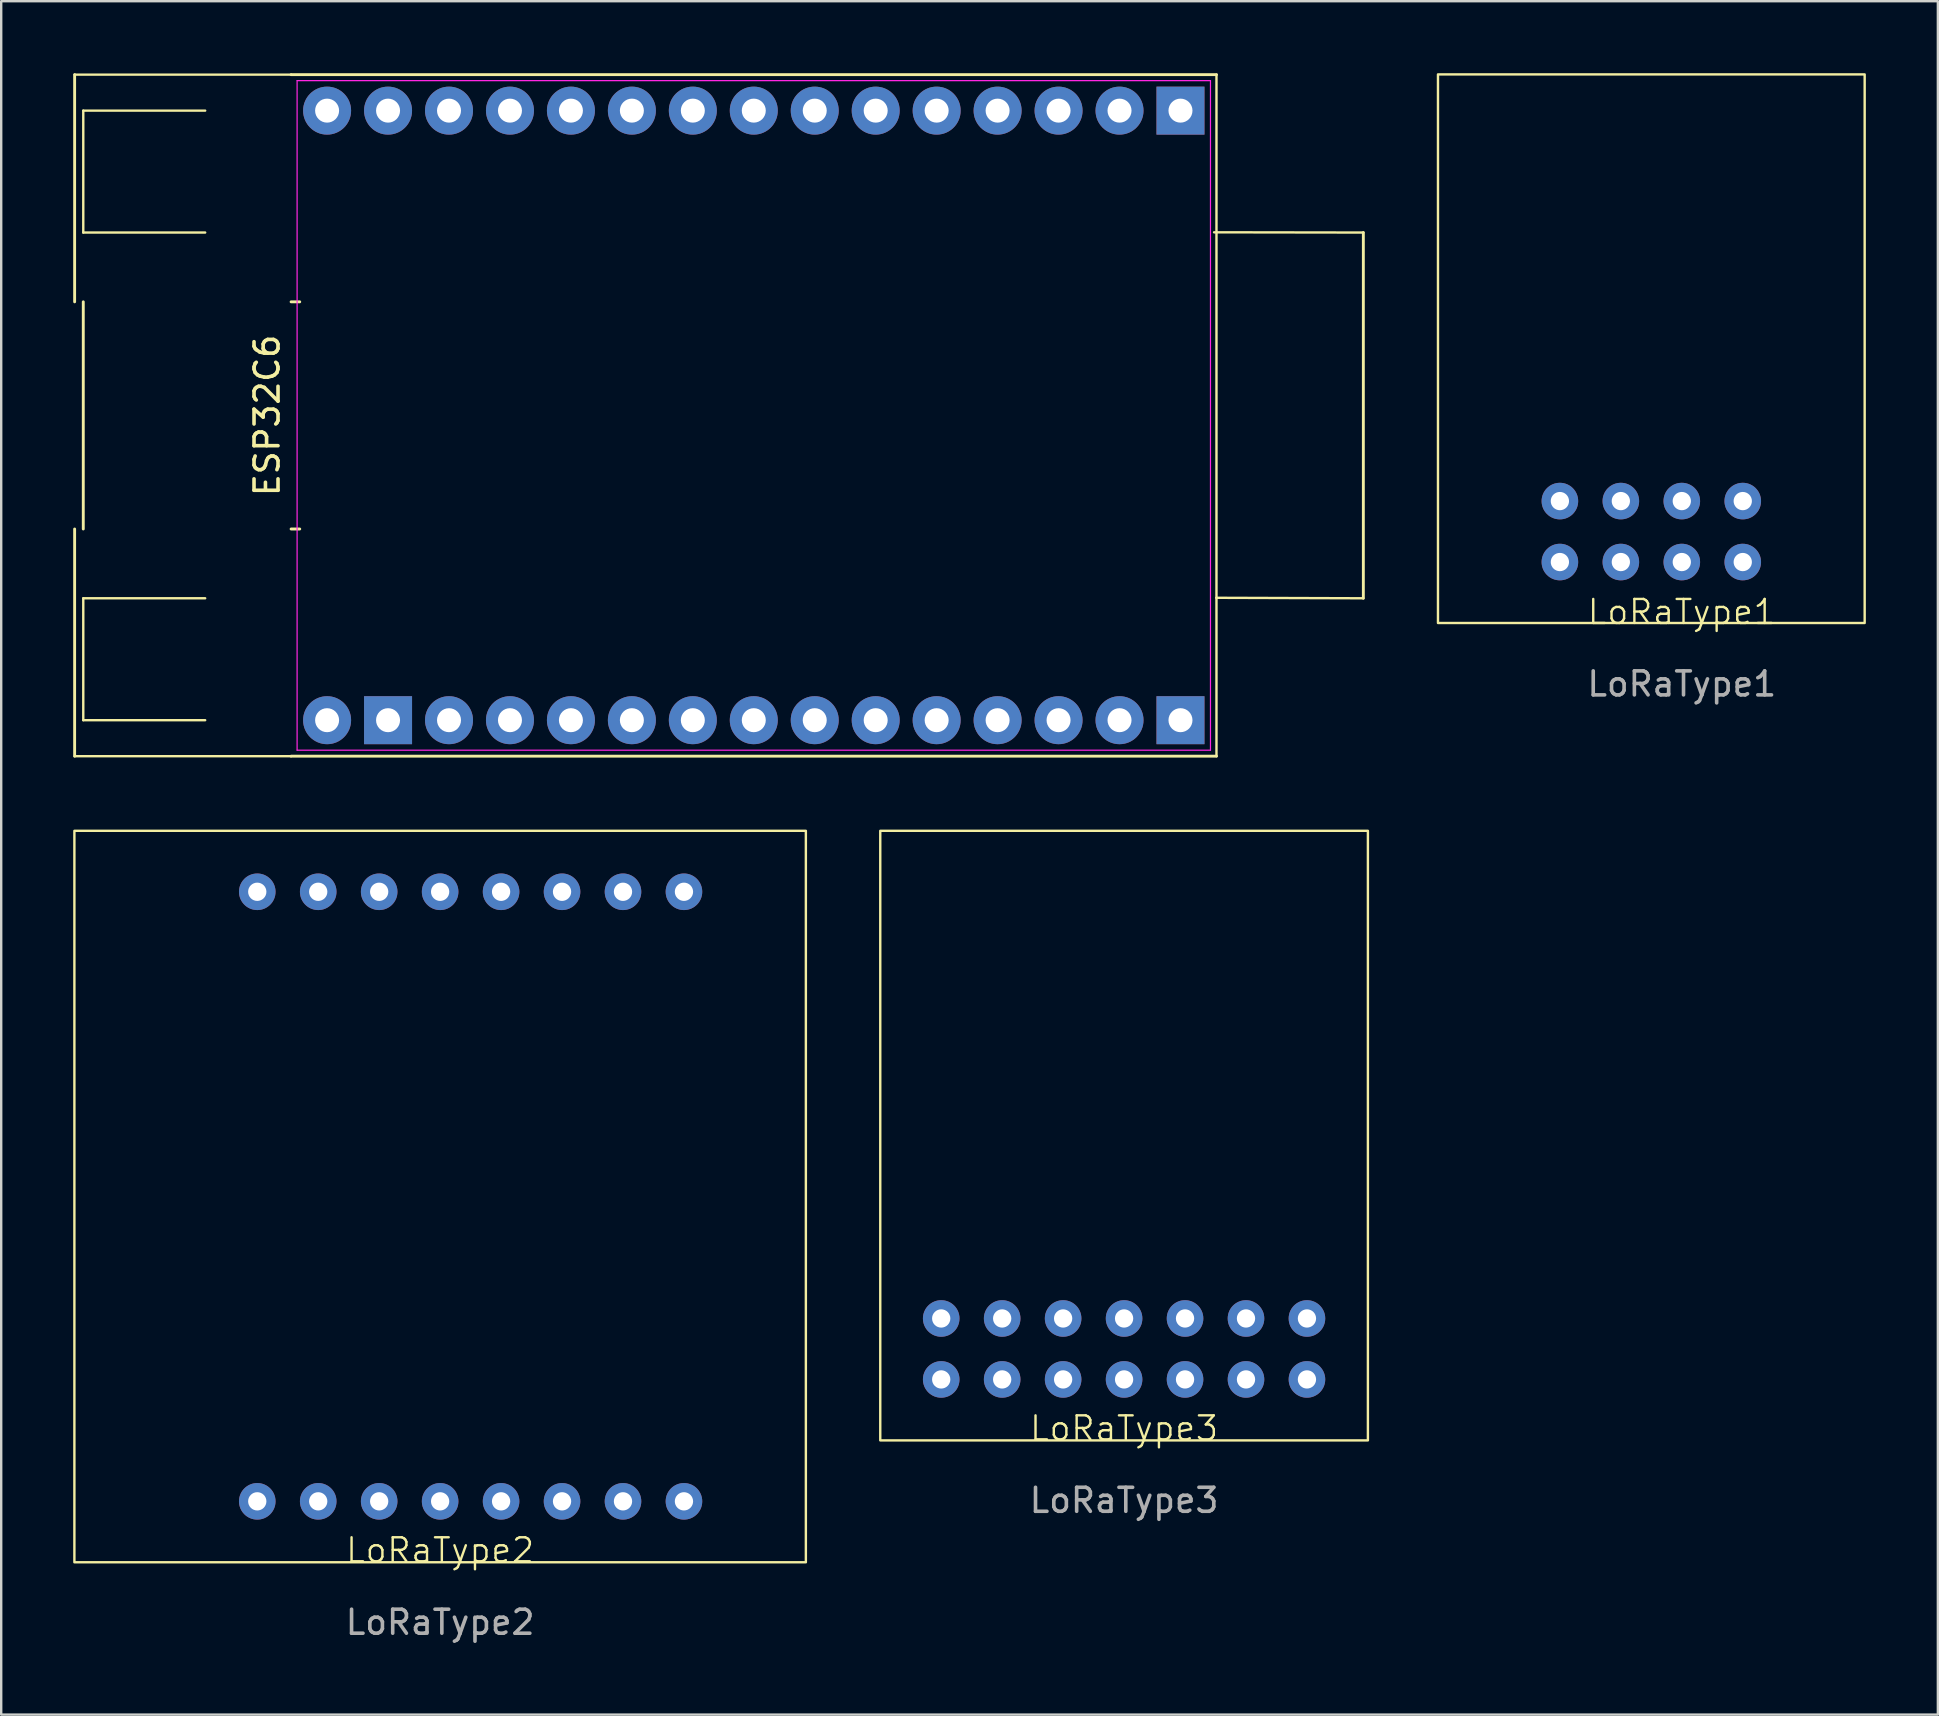
<source format=kicad_pcb>
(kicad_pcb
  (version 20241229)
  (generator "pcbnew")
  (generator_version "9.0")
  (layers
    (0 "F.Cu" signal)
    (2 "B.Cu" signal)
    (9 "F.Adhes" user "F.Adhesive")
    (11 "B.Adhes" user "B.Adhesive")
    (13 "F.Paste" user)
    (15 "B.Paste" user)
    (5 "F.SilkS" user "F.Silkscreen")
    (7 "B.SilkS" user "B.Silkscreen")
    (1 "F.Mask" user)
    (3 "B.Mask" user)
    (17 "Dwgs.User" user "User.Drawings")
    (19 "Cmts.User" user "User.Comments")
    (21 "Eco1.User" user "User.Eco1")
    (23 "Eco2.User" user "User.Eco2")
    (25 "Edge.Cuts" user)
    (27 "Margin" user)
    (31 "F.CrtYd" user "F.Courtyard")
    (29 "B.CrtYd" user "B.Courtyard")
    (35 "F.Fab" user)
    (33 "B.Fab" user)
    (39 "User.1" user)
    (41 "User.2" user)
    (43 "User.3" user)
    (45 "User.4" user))
  (footprint "LoRaType2"
    (layer "F.Cu")
    (at 15.29 62.05)
    (property "Reference" "LoRaType2" (at 0 -0.5 0) (unlocked yes) (layer "F.SilkS") (effects (font (size 1 1) (thickness 0.1))))
    (attr through_hole)
    (fp_rect (start -15.24 -30.48) (end 15.24 0) (stroke (width 0.1) (type default)) (fill no) (layer "F.SilkS"))
    (fp_text user "${REFERENCE}" (at 0 2.5 0) (unlocked yes) (layer "F.Fab") (effects (font (size 1 1) (thickness 0.15))))
    (pad "1" thru_hole circle (at -7.62 -2.54) (size 1.524 1.524) (drill 0.762) (layers "*.Cu" "*.Mask"))
    (pad "2" thru_hole circle (at -5.08 -2.54) (size 1.524 1.524) (drill 0.762) (layers "*.Cu" "*.Mask"))
    (pad "3" thru_hole circle (at -2.54 -2.54) (size 1.524 1.524) (drill 0.762) (layers "*.Cu" "*.Mask"))
    (pad "4" thru_hole circle (at 0 -2.54) (size 1.524 1.524) (drill 0.762) (layers "*.Cu" "*.Mask"))
    (pad "5" thru_hole circle (at 2.54 -2.54) (size 1.524 1.524) (drill 0.762) (layers "*.Cu" "*.Mask"))
    (pad "6" thru_hole circle (at 5.08 -2.54) (size 1.524 1.524) (drill 0.762) (layers "*.Cu" "*.Mask"))
    (pad "7" thru_hole circle (at 7.62 -2.54) (size 1.524 1.524) (drill 0.762) (layers "*.Cu" "*.Mask"))
    (pad "8" thru_hole circle (at 10.16 -2.54) (size 1.524 1.524) (drill 0.762) (layers "*.Cu" "*.Mask"))
    (pad "9" thru_hole circle (at 10.16 -27.94) (size 1.524 1.524) (drill 0.762) (layers "*.Cu" "*.Mask"))
    (pad "10" thru_hole circle (at 7.62 -27.94) (size 1.524 1.524) (drill 0.762) (layers "*.Cu" "*.Mask"))
    (pad "11" thru_hole circle (at 5.08 -27.94) (size 1.524 1.524) (drill 0.762) (layers "*.Cu" "*.Mask"))
    (pad "12" thru_hole circle (at 2.54 -27.94) (size 1.524 1.524) (drill 0.762) (layers "*.Cu" "*.Mask"))
    (pad "13" thru_hole circle (at 0 -27.94) (size 1.524 1.524) (drill 0.762) (layers "*.Cu" "*.Mask"))
    (pad "14" thru_hole circle (at -2.54 -27.94) (size 1.524 1.524) (drill 0.762) (layers "*.Cu" "*.Mask"))
    (pad "15" thru_hole circle (at -5.08 -27.94) (size 1.524 1.524) (drill 0.762) (layers "*.Cu" "*.Mask"))
    (pad "16" thru_hole circle (at -7.62 -27.94) (size 1.524 1.524) (drill 0.762) (layers "*.Cu" "*.Mask")))
  (footprint "LoRaType3"
    (layer "F.Cu")
    (at 43.79 56.97)
    (property "Reference" "LoRaType3" (at 0 -0.5 0) (unlocked yes) (layer "F.SilkS") (effects (font (size 1 1) (thickness 0.1))))
    (attr through_hole)
    (fp_rect (start 10.16 0) (end -10.16 -25.4) (stroke (width 0.1) (type default)) (fill no) (layer "F.SilkS"))
    (fp_text user "${REFERENCE}" (at 0 2.5 0) (unlocked yes) (layer "F.Fab") (effects (font (size 1 1) (thickness 0.15))))
    (pad "1" thru_hole circle (at -7.62 -2.54) (size 1.524 1.524) (drill 0.762) (layers "*.Cu" "*.Mask"))
    (pad "2" thru_hole circle (at -5.08 -2.54) (size 1.524 1.524) (drill 0.762) (layers "*.Cu" "*.Mask"))
    (pad "3" thru_hole circle (at -2.54 -2.54) (size 1.524 1.524) (drill 0.762) (layers "*.Cu" "*.Mask"))
    (pad "4" thru_hole circle (at 0 -2.54) (size 1.524 1.524) (drill 0.762) (layers "*.Cu" "*.Mask"))
    (pad "5" thru_hole circle (at 2.54 -2.54) (size 1.524 1.524) (drill 0.762) (layers "*.Cu" "*.Mask"))
    (pad "6" thru_hole circle (at 5.08 -2.54) (size 1.524 1.524) (drill 0.762) (layers "*.Cu" "*.Mask"))
    (pad "7" thru_hole circle (at 7.62 -2.54) (size 1.524 1.524) (drill 0.762) (layers "*.Cu" "*.Mask"))
    (pad "8" thru_hole circle (at 7.62 -5.08) (size 1.524 1.524) (drill 0.762) (layers "*.Cu" "*.Mask"))
    (pad "9" thru_hole circle (at 5.08 -5.08) (size 1.524 1.524) (drill 0.762) (layers "*.Cu" "*.Mask"))
    (pad "10" thru_hole circle (at 2.54 -5.08) (size 1.524 1.524) (drill 0.762) (layers "*.Cu" "*.Mask"))
    (pad "11" thru_hole circle (at 0 -5.08) (size 1.524 1.524) (drill 0.762) (layers "*.Cu" "*.Mask"))
    (pad "12" thru_hole circle (at -2.54 -5.08) (size 1.524 1.524) (drill 0.762) (layers "*.Cu" "*.Mask"))
    (pad "13" thru_hole circle (at -5.08 -5.08) (size 1.524 1.524) (drill 0.762) (layers "*.Cu" "*.Mask"))
    (pad "14" thru_hole circle (at -7.62 -5.08) (size 1.524 1.524) (drill 0.762) (layers "*.Cu" "*.Mask")))
  (footprint "ESP32C6"
    (layer "F.Cu")
    (at 28.36 14.26)
    (property "Reference" "ESP32C6" (at -20.28 0 90) (layer "F.SilkS") (effects (font (size 1 1) (thickness 0.15))))
    (attr through_hole)
    (fp_line (start -28.3 -14.2) (end -28.3 -4.733) (stroke (width 0.12) (type default)) (layer "F.SilkS"))
    (fp_line (start -28.3 4.733) (end -28.3 14.2) (stroke (width 0.12) (type default)) (layer "F.SilkS"))
    (fp_line (start -27.94 -12.7) (end -27.94 -7.62) (stroke (width 0.1) (type default)) (layer "F.SilkS"))
    (fp_line (start -27.94 -7.62) (end -22.86 -7.62) (stroke (width 0.1) (type default)) (layer "F.SilkS"))
    (fp_line (start -27.94 -4.733) (end -27.94 4.733) (stroke (width 0.12) (type default)) (layer "F.SilkS"))
    (fp_line (start -27.94 7.62) (end -22.86 7.62) (stroke (width 0.1) (type default)) (layer "F.SilkS"))
    (fp_line (start -27.94 12.7) (end -27.94 7.62) (stroke (width 0.1) (type default)) (layer "F.SilkS"))
    (fp_line (start -22.86 -12.7) (end -27.94 -12.7) (stroke (width 0.1) (type default)) (layer "F.SilkS"))
    (fp_line (start -22.86 12.7) (end -27.94 12.7) (stroke (width 0.1) (type default)) (layer "F.SilkS"))
    (fp_line (start -19.28 -14.2) (end -28.3 -14.2) (stroke (width 0.1) (type default)) (layer "F.SilkS"))
    (fp_line (start -19.28 -4.733) (end -18.92 -4.733) (stroke (width 0.12) (type default)) (layer "F.SilkS"))
    (fp_line (start -19.28 14.2) (end -28.3 14.2) (stroke (width 0.1) (type default)) (layer "F.SilkS"))
    (fp_line (start -19.28 14.2) (end 19.28 14.2) (stroke (width 0.12) (type default)) (layer "F.SilkS"))
    (fp_line (start -18.92 4.733) (end -19.28 4.733) (stroke (width 0.12) (type default)) (layer "F.SilkS"))
    (fp_line (start 19.28 -14.2) (end -19.28 -14.2) (stroke (width 0.12) (type default)) (layer "F.SilkS"))
    (fp_line (start 19.28 14.2) (end 19.28 -14.2) (stroke (width 0.1) (type default)) (layer "F.SilkS"))
    (fp_line (start 25.4 -7.62) (end 19.18 -7.63) (stroke (width 0.1) (type default)) (layer "F.SilkS"))
    (fp_line (start 25.4 7.62) (end 19.27 7.6) (stroke (width 0.1) (type default)) (layer "F.SilkS"))
    (fp_line (start 25.4 7.62) (end 25.4 -7.62) (stroke (width 0.12) (type default)) (layer "F.SilkS"))
    (fp_line (start -19.03 -13.95) (end 19.03 -13.95) (stroke (width 0.05) (type default)) (layer "F.CrtYd"))
    (fp_line (start -19.03 13.95) (end -19.03 -13.95) (stroke (width 0.05) (type default)) (layer "F.CrtYd"))
    (fp_line (start 19.03 -13.95) (end 19.03 13.95) (stroke (width 0.05) (type default)) (layer "F.CrtYd"))
    (fp_line (start 19.03 13.95) (end -19.03 13.95) (stroke (width 0.05) (type default)) (layer "F.CrtYd"))
    (pad "0" thru_hole circle (at 0 -12.7) (size 2 2) (drill 1) (layers "*.Cu" "*.Mask"))
    (pad "1" thru_hole circle (at -2.54 -12.7) (size 2 2) (drill 1) (layers "*.Cu" "*.Mask"))
    (pad "2" thru_hole circle (at 15.24 12.7) (size 2 2) (drill 1) (layers "*.Cu" "*.Mask"))
    (pad "3" thru_hole circle (at 12.7 12.7) (size 2 2) (drill 1) (layers "*.Cu" "*.Mask"))
    (pad "3V3" thru_hole circle (at 15.24 -12.7) (size 2 2) (drill 1) (layers "*.Cu" "*.Mask"))
    (pad "4" thru_hole circle (at 10.16 -12.7) (size 2 2) (drill 1) (layers "*.Cu" "*.Mask"))
    (pad "5" thru_hole circle (at 7.62 -12.7) (size 2 2) (drill 1) (layers "*.Cu" "*.Mask"))
    (pad "5V" thru_hole circle (at -17.78 -12.7) (size 2 2) (drill 1) (layers "*.Cu" "*.Mask"))
    (pad "5V" thru_hole circle (at -17.78 12.7) (size 2 2) (drill 1) (layers "*.Cu" "*.Mask"))
    (pad "6" thru_hole circle (at 5.08 -12.7) (size 2 2) (drill 1) (layers "*.Cu" "*.Mask"))
    (pad "7" thru_hole circle (at 2.54 -12.7) (size 2 2) (drill 1) (layers "*.Cu" "*.Mask"))
    (pad "8" thru_hole circle (at -5.08 -12.7) (size 2 2) (drill 1) (layers "*.Cu" "*.Mask"))
    (pad "9" thru_hole circle (at -12.7 12.7) (size 2 2) (drill 1) (layers "*.Cu" "*.Mask"))
    (pad "10" thru_hole circle (at -7.62 -12.7) (size 2 2) (drill 1) (layers "*.Cu" "*.Mask"))
    (pad "11" thru_hole circle (at -10.16 -12.7) (size 2 2) (drill 1) (layers "*.Cu" "*.Mask"))
    (pad "12" thru_hole circle (at -12.7 -12.7) (size 2 2) (drill 1) (layers "*.Cu" "*.Mask"))
    (pad "13" thru_hole circle (at -15.24 -12.7) (size 2 2) (drill 1) (layers "*.Cu" "*.Mask"))
    (pad "15" thru_hole circle (at 5.08 12.7) (size 2 2) (drill 1) (layers "*.Cu" "*.Mask"))
    (pad "18" thru_hole circle (at -10.16 12.7) (size 2 2) (drill 1) (layers "*.Cu" "*.Mask"))
    (pad "19" thru_hole circle (at -7.62 12.7) (size 2 2) (drill 1) (layers "*.Cu" "*.Mask"))
    (pad "20" thru_hole circle (at -5.08 12.7) (size 2 2) (drill 1) (layers "*.Cu" "*.Mask"))
    (pad "21" thru_hole circle (at -2.54 12.7) (size 2 2) (drill 1) (layers "*.Cu" "*.Mask"))
    (pad "22" thru_hole circle (at 0 12.7) (size 2 2) (drill 1) (layers "*.Cu" "*.Mask"))
    (pad "23" thru_hole circle (at 2.54 12.7) (size 2 2) (drill 1) (layers "*.Cu" "*.Mask"))
    (pad "GND" thru_hole rect (at -15.24 12.7) (size 2 2) (drill 1) (layers "*.Cu" "*.Mask"))
    (pad "GND" thru_hole rect (at 17.78 -12.7) (size 2 2) (drill 1) (layers "*.Cu" "*.Mask"))
    (pad "GND" thru_hole rect (at 17.78 12.7) (size 2 2) (drill 1) (layers "*.Cu" "*.Mask"))
    (pad "RST" thru_hole circle (at 12.7 -12.7) (size 2 2) (drill 1) (layers "*.Cu" "*.Mask"))
    (pad "RX" thru_hole circle (at 7.62 12.7) (size 2 2) (drill 1) (layers "*.Cu" "*.Mask"))
    (pad "TX" thru_hole circle (at 10.16 12.7) (size 2 2) (drill 1) (layers "*.Cu" "*.Mask")))
  (footprint "LoRaType1"
    (layer "F.Cu")
    (at 64.49 27.99)
    (property "Reference" "LoRaType1" (at 2.54 -5.54 0) (unlocked yes) (layer "F.SilkS") (effects (font (size 1 1) (thickness 0.1))))
    (attr through_hole)
    (fp_rect (start -7.62 -27.94) (end 10.16 -5.08) (stroke (width 0.1) (type default)) (fill no) (layer "F.SilkS"))
    (fp_text user "${REFERENCE}" (at 2.54 -2.54 0) (unlocked yes) (layer "F.Fab") (effects (font (size 1 1) (thickness 0.15))))
    (pad "1" thru_hole circle (at -2.54 -10.16) (size 1.524 1.524) (drill 0.762) (layers "*.Cu" "*.Mask"))
    (pad "2" thru_hole circle (at 0 -10.16) (size 1.524 1.524) (drill 0.762) (layers "*.Cu" "*.Mask"))
    (pad "3" thru_hole circle (at 2.54 -10.16) (size 1.524 1.524) (drill 0.762) (layers "*.Cu" "*.Mask"))
    (pad "4" thru_hole circle (at 5.08 -10.16) (size 1.524 1.524) (drill 0.762) (layers "*.Cu" "*.Mask"))
    (pad "5" thru_hole circle (at -2.54 -7.62) (size 1.524 1.524) (drill 0.762) (layers "*.Cu" "*.Mask"))
    (pad "6" thru_hole circle (at 0 -7.62) (size 1.524 1.524) (drill 0.762) (layers "*.Cu" "*.Mask"))
    (pad "7" thru_hole circle (at 2.54 -7.62) (size 1.524 1.524) (drill 0.762) (layers "*.Cu" "*.Mask"))
    (pad "8" thru_hole circle (at 5.08 -7.62) (size 1.524 1.524) (drill 0.762) (layers "*.Cu" "*.Mask")))
  (gr_rect
    (start -3 -3)
    (end 77.7 68.398)
    (stroke (width 0.1) (type default))
    (fill no)
    (layer "Edge.Cuts")))
</source>
